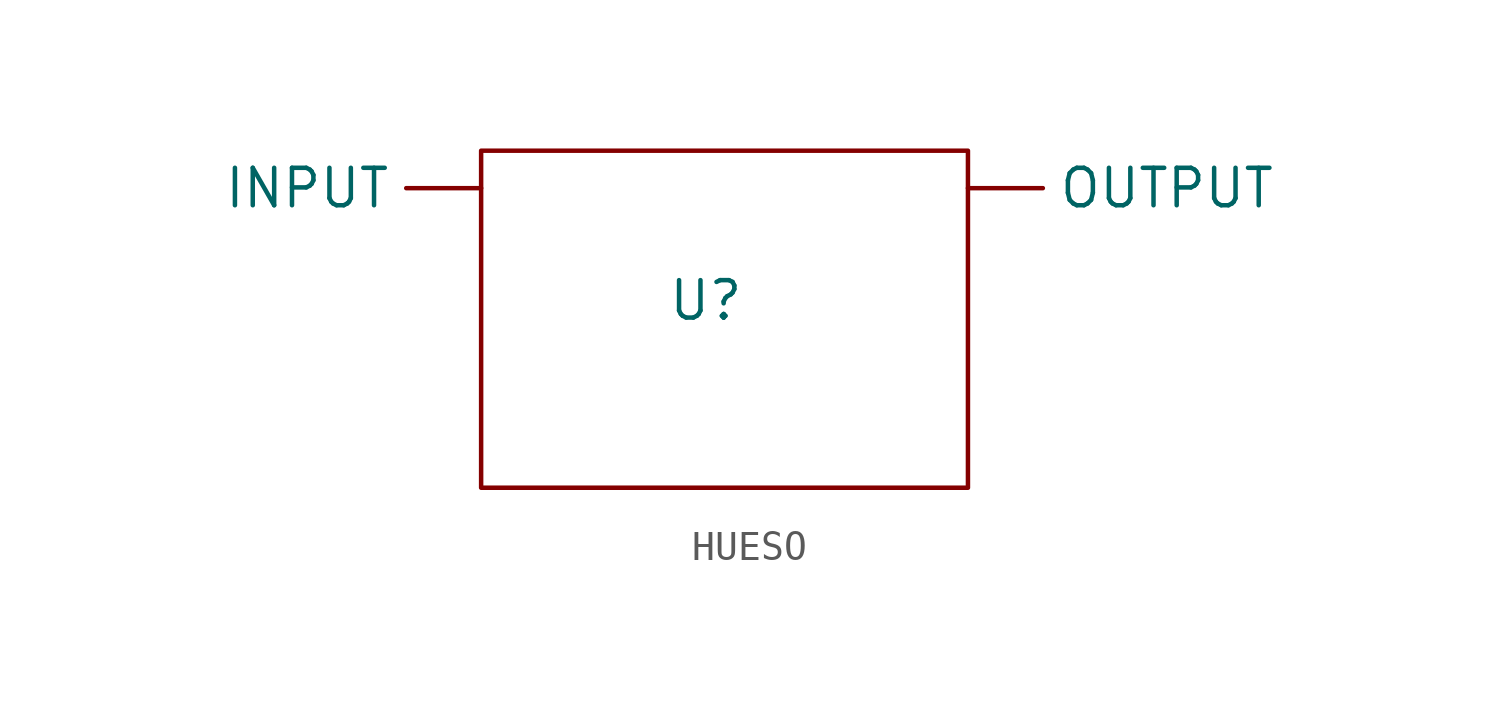
<source format=kicad_sym>
(kicad_symbol_lib
  (version 20241209)
  (generator "kicad_symbol_editor")
  (generator_version "9.0")
  (symbol "HUESO"
    (property "Reference" "U"
      (at 0 0 0)
      (effects (font (size 1.27 1.27))))
    (property "Value" ""
      (at 0 0 0)
      (effects (font (size 1.27 1.27))))
    (symbol "HUESO_0_1"
      (rectangle (start -7.62 5.08) (end 8.89 -6.35) (stroke (width 0) (type default)) (fill (type none))))
    (symbol "HUESO_1_1"
      (pin input line (at -7.62 3.81 180) (length 2.54) (name "INPUT" (effects (font (size 1.27 1.27)))) (number "" (effects (font (size 1.27 1.27)))))
      (pin output line (at 8.89 3.81 0) (length 2.54) (name "OUTPUT" (effects (font (size 1.27 1.27)))) (number "" (effects (font (size 1.27 1.27))))))))
</source>
